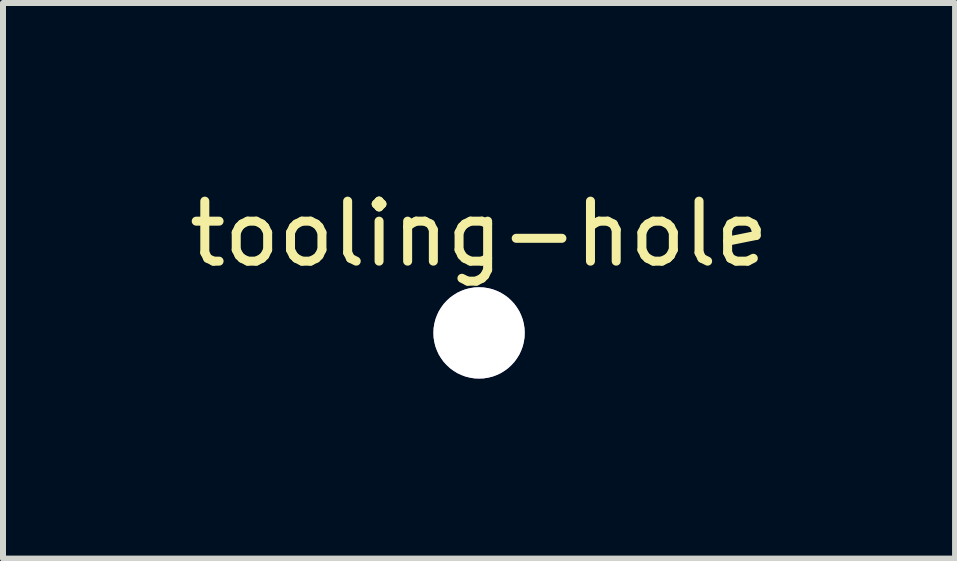
<source format=kicad_pcb>
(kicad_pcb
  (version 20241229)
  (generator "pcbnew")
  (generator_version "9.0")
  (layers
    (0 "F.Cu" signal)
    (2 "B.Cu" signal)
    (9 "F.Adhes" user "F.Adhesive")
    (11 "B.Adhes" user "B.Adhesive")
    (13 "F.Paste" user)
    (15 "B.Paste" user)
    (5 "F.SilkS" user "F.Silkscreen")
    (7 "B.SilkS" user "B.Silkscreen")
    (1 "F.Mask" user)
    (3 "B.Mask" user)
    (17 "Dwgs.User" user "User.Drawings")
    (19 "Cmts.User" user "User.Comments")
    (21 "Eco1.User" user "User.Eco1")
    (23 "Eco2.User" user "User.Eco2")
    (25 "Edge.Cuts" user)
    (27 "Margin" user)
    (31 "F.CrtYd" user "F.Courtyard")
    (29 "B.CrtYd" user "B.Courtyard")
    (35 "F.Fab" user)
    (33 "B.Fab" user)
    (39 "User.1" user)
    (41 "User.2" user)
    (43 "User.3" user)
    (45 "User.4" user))
  (footprint "tooling-hole"
    (layer "F.Cu")
    (at 4.935 2.499)
    (property "Reference" "tooling-hole" (at 0 -1.651 0) (layer "F.SilkS") (effects (font (size 1 1) (thickness 0.15))))
    (attr through_hole)
    (pad "" np_thru_hole custom (at 0 0) (size 1.524 1.524) (drill 1.524) (layers "*.Cu" "*.Mask") (options (anchor circle)) (primitives)))
  (gr_rect
    (start -3 -3)
    (end 12.869 6.261)
    (stroke (width 0.1) (type default))
    (fill no)
    (layer "Edge.Cuts")))
</source>
